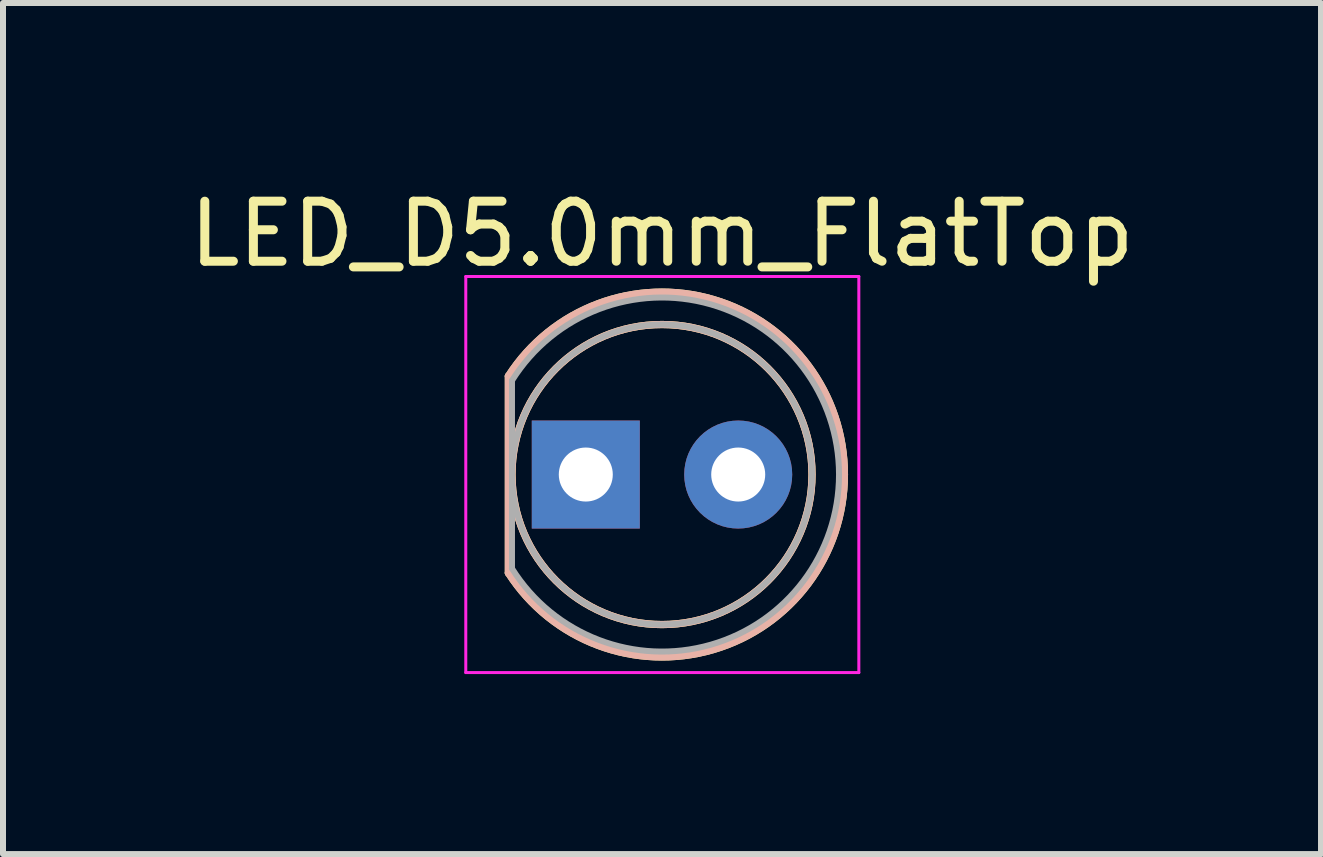
<source format=kicad_pcb>
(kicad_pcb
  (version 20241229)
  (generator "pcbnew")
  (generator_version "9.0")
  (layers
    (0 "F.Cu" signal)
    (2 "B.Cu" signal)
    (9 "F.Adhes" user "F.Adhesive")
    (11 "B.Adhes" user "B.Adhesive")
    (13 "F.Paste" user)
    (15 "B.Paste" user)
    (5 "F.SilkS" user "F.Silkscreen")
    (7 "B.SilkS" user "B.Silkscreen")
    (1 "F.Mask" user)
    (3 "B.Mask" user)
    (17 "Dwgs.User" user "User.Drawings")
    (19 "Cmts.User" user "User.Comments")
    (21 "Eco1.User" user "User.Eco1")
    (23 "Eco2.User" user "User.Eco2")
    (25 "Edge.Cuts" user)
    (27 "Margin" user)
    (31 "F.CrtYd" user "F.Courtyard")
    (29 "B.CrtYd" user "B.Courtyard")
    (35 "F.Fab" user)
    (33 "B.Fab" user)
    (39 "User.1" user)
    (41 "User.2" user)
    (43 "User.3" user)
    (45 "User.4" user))
  (footprint "LED_D5.0mm_FlatTop"
    (layer "F.Cu")
    (at 6.712 4.858)
    (property "Reference" "LED_D5.0mm_FlatTop" (at 1.27 -4.01 0) (layer "F.SilkS") (effects (font (size 1 1) (thickness 0.15))))
    (attr through_hole)
    (fp_line (start -1.29 -1.64) (end -1.29 1.64) (stroke (width 0.12) (type solid)) (layer "F.SilkS"))
    (fp_arc (start -1.29 -1.639512) (mid 2.125106 -2.917258) (end 4.309999 0.001958) (stroke (width 0.12) (type solid)) (layer "F.SilkS"))
    (fp_arc (start 4.309999 -0.001958) (mid 2.125106 2.917258) (end -1.29 1.639512) (stroke (width 0.12) (type solid)) (layer "F.SilkS"))
    (fp_circle (center 1.27 0) (end 3.77 0) (stroke (width 0.12) (type solid)) (fill no) (layer "F.SilkS"))
    (fp_line (start -1.29 -1.64) (end -1.29 1.64) (stroke (width 0.12) (type solid)) (layer "B.SilkS"))
    (fp_arc (start -1.29 -1.639512) (mid 2.125106 -2.917258) (end 4.309999 0.001958) (stroke (width 0.12) (type solid)) (layer "B.SilkS"))
    (fp_arc (start 4.309999 -0.001958) (mid 2.125106 2.917258) (end -1.29 1.639512) (stroke (width 0.12) (type solid)) (layer "B.SilkS"))
    (fp_circle (center 1.27 0) (end 3.77 0) (stroke (width 0.12) (type solid)) (fill no) (layer "B.SilkS"))
    (fp_line (start -2 -3.3) (end -2 3.3) (stroke (width 0.05) (type solid)) (layer "F.CrtYd"))
    (fp_line (start -2 3.3) (end 4.55 3.3) (stroke (width 0.05) (type solid)) (layer "F.CrtYd"))
    (fp_line (start 4.55 -3.3) (end -2 -3.3) (stroke (width 0.05) (type solid)) (layer "F.CrtYd"))
    (fp_line (start 4.55 3.3) (end 4.55 -3.3) (stroke (width 0.05) (type solid)) (layer "F.CrtYd"))
    (fp_line (start -1.23 -1.566) (end -1.23 1.566) (stroke (width 0.1) (type solid)) (layer "F.Fab"))
    (fp_arc (start -1.23 -1.566046) (mid 4.22 0.00071) (end -1.230753 1.564843) (stroke (width 0.1) (type solid)) (layer "F.Fab"))
    (fp_circle (center 1.27 0) (end 3.77 0) (stroke (width 0.1) (type solid)) (fill no) (layer "F.Fab"))
    (pad "1" thru_hole rect (at 0 0) (size 1.8 1.8) (drill 0.9) (layers "*.Cu" "*.Mask"))
    (pad "2" thru_hole circle (at 2.54 0) (size 1.8 1.8) (drill 0.9) (layers "*.Cu" "*.Mask")))
  (gr_rect
    (start -3 -3)
    (end 18.964 11.183)
    (stroke (width 0.1) (type default))
    (fill no)
    (layer "Edge.Cuts")))
</source>
